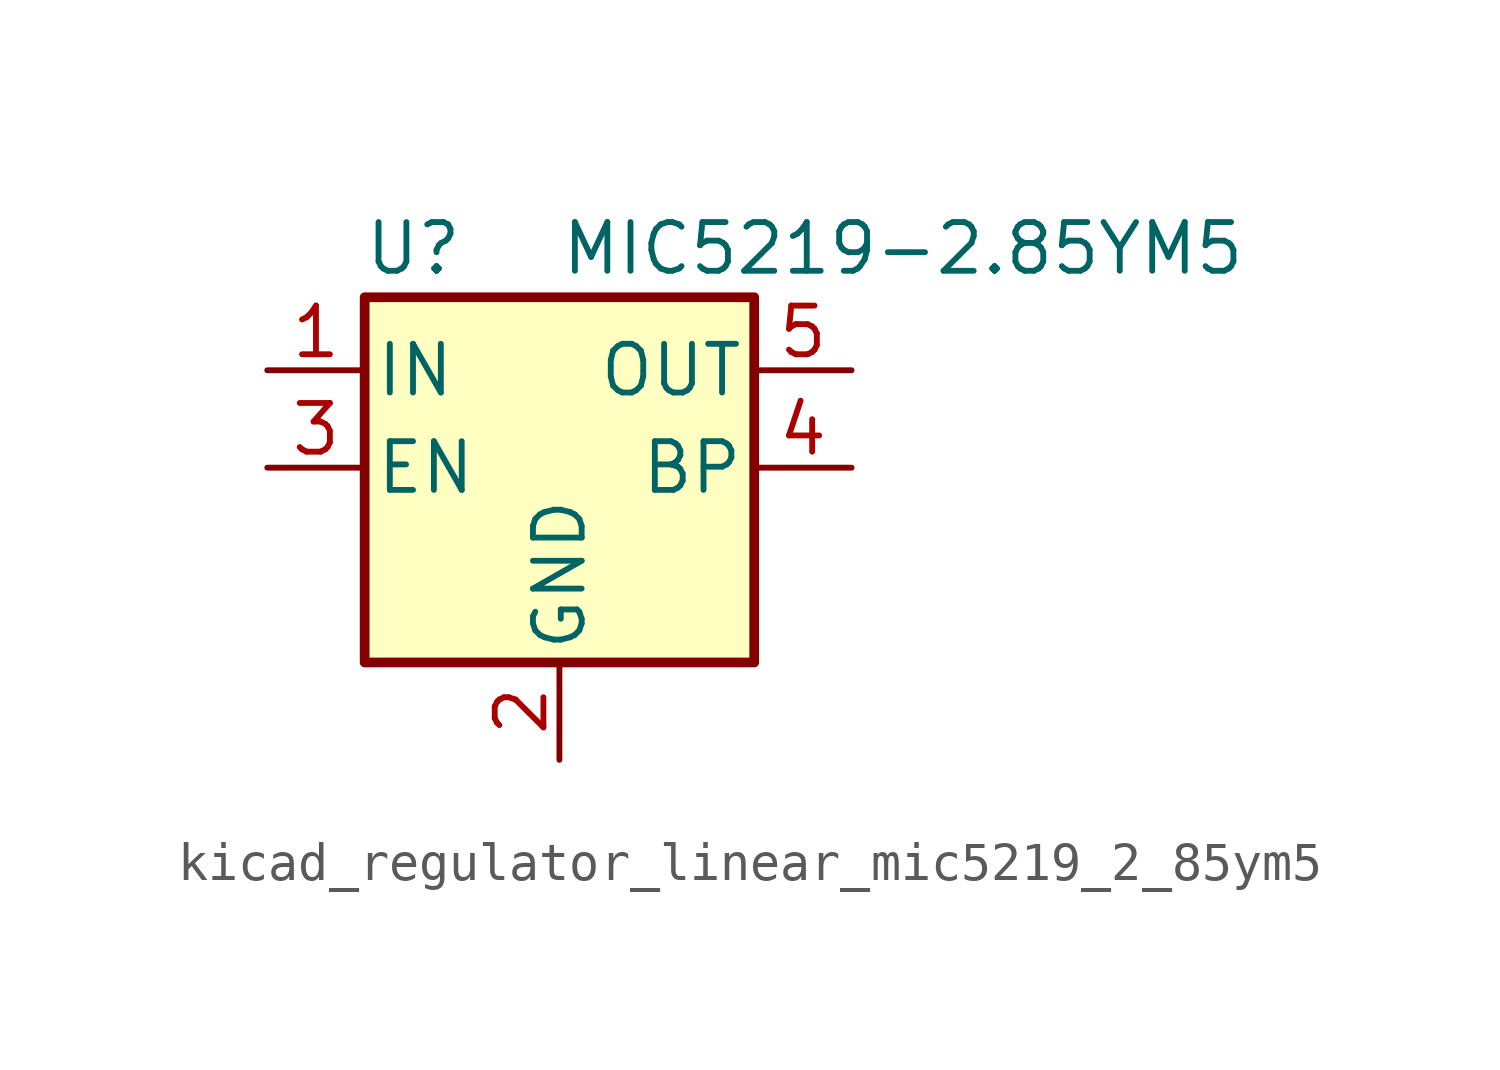
<source format=kicad_sym>
(kicad_symbol_lib
  (version 20220914)
  (generator kicad_symbol_editor)
  (symbol "kicad_regulator_linear_mic5219_2_85ym5"
    (pin_names
      (offset 0.254))
    (property "Reference" "U"
      (at -3.81 5.715 0)
      (effects (font (size 1.27 1.27))))
    (property "Value" "MIC5219-2.85YM5"
      (at 0 5.715 0)
      (effects (font (size 1.27 1.27)) (justify left)))
    (symbol "kicad_regulator_linear_mic5219_2_85ym5_0_1"
      (rectangle (start -5.08 4.445) (end 5.08 -5.08) (stroke (width 0.254) (type default)) (fill (type background))))
    (symbol "kicad_regulator_linear_mic5219_2_85ym5_1_1"
      (pin power_in line (at -7.62 2.54 0) (length 2.54) (name "IN" (effects (font (size 1.27 1.27)))) (number "1" (effects (font (size 1.27 1.27)))))
      (pin power_in line (at 0 -7.62 90) (length 2.54) (name "GND" (effects (font (size 1.27 1.27)))) (number "2" (effects (font (size 1.27 1.27)))))
      (pin input line (at -7.62 0 0) (length 2.54) (name "EN" (effects (font (size 1.27 1.27)))) (number "3" (effects (font (size 1.27 1.27)))))
      (pin input line (at 7.62 0 180) (length 2.54) (name "BP" (effects (font (size 1.27 1.27)))) (number "4" (effects (font (size 1.27 1.27)))))
      (pin power_out line (at 7.62 2.54 180) (length 2.54) (name "OUT" (effects (font (size 1.27 1.27)))) (number "5" (effects (font (size 1.27 1.27))))))))
</source>
